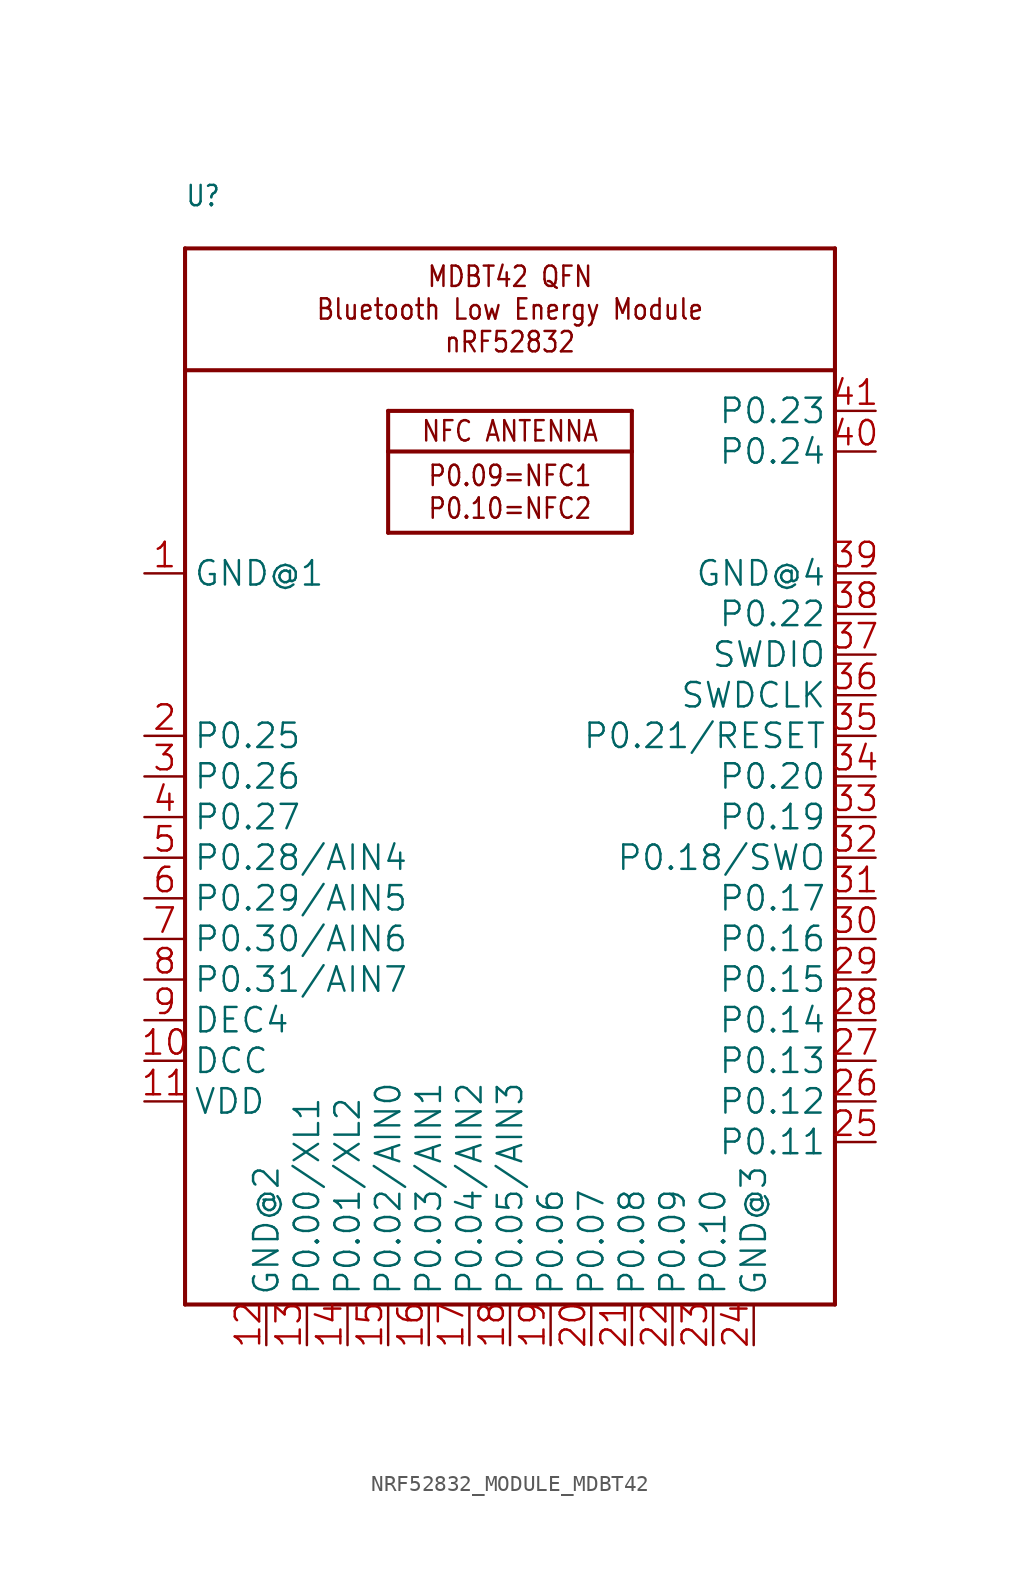
<source format=kicad_sym>
(kicad_symbol_lib
  (version 20241209)
  (generator "kicad_symbol_editor")
  (generator_version "9.0")
  (symbol "NRF52832_MODULE_MDBT42"
    (property "Reference" "U"
      (at -20.32 35.56 0)
      (effects (font (size 1.27 1.079)) (justify left bottom)))
    (property "Value" ""
      (at -17.78 22.86 0)
      (effects (font (size 1.27 1.079)) (justify left bottom)))
    (property "ki_locked" ""
      (at 0 0 0)
      (effects (font (size 1.27 1.27))))
    (symbol "NRF52832_MODULE_MDBT42_1_0"
      (polyline (pts (xy -20.32 33.02) (xy 20.32 33.02)) (stroke (width 0.254) (type solid)) (fill (type none)))
      (polyline (pts (xy -20.32 25.4) (xy -20.32 33.02)) (stroke (width 0.254) (type solid)) (fill (type none)))
      (polyline (pts (xy -20.32 25.4) (xy -20.32 -33.02)) (stroke (width 0.254) (type solid)) (fill (type none)))
      (polyline (pts (xy -20.32 -33.02) (xy 20.32 -33.02)) (stroke (width 0.254) (type solid)) (fill (type none)))
      (polyline (pts (xy -7.62 22.86) (xy 7.62 22.86)) (stroke (width 0.254) (type solid)) (fill (type none)))
      (polyline (pts (xy -7.62 20.32) (xy -7.62 22.86)) (stroke (width 0.254) (type solid)) (fill (type none)))
      (polyline (pts (xy -7.62 20.32) (xy 7.62 20.32)) (stroke (width 0.254) (type solid)) (fill (type none)))
      (polyline (pts (xy -7.62 15.24) (xy -7.62 20.32)) (stroke (width 0.254) (type solid)) (fill (type none)))
      (polyline (pts (xy 7.62 22.86) (xy 7.62 20.32)) (stroke (width 0.254) (type solid)) (fill (type none)))
      (polyline (pts (xy 7.62 20.32) (xy 7.62 15.24)) (stroke (width 0.254) (type solid)) (fill (type none)))
      (polyline (pts (xy 7.62 15.24) (xy -7.62 15.24)) (stroke (width 0.254) (type solid)) (fill (type none)))
      (polyline (pts (xy 20.32 33.02) (xy 20.32 25.4)) (stroke (width 0.254) (type solid)) (fill (type none)))
      (polyline (pts (xy 20.32 25.4) (xy -20.32 25.4)) (stroke (width 0.254) (type solid)) (fill (type none)))
      (polyline (pts (xy 20.32 -33.02) (xy 20.32 25.4)) (stroke (width 0.254) (type solid)) (fill (type none)))
      (text "MDBT42 QFN\nBluetooth Low Energy Module\nnRF52832" (at 0 29.21 0) (effects (font (size 1.27 1.079))))
      (text "NFC ANTENNA" (at 0 21.59 0) (effects (font (size 1.27 1.079))))
      (text "P0.09=NFC1\nP0.10=NFC2" (at 0 17.78 0) (effects (font (size 1.27 1.079))))
      (pin bidirectional line (at -22.86 12.7 0) (length 2.54) (name "GND@1" (effects (font (size 1.524 1.524)))) (number "1" (effects (font (size 1.524 1.524)))))
      (pin bidirectional line (at -22.86 2.54 0) (length 2.54) (name "P0.25" (effects (font (size 1.524 1.524)))) (number "2" (effects (font (size 1.524 1.524)))))
      (pin bidirectional line (at -22.86 0 0) (length 2.54) (name "P0.26" (effects (font (size 1.524 1.524)))) (number "3" (effects (font (size 1.524 1.524)))))
      (pin bidirectional line (at -22.86 -2.54 0) (length 2.54) (name "P0.27" (effects (font (size 1.524 1.524)))) (number "4" (effects (font (size 1.524 1.524)))))
      (pin bidirectional line (at -22.86 -5.08 0) (length 2.54) (name "P0.28/AIN4" (effects (font (size 1.524 1.524)))) (number "5" (effects (font (size 1.524 1.524)))))
      (pin bidirectional line (at -22.86 -7.62 0) (length 2.54) (name "P0.29/AIN5" (effects (font (size 1.524 1.524)))) (number "6" (effects (font (size 1.524 1.524)))))
      (pin bidirectional line (at -22.86 -10.16 0) (length 2.54) (name "P0.30/AIN6" (effects (font (size 1.524 1.524)))) (number "7" (effects (font (size 1.524 1.524)))))
      (pin bidirectional line (at -22.86 -12.7 0) (length 2.54) (name "P0.31/AIN7" (effects (font (size 1.524 1.524)))) (number "8" (effects (font (size 1.524 1.524)))))
      (pin bidirectional line (at -22.86 -15.24 0) (length 2.54) (name "DEC4" (effects (font (size 1.524 1.524)))) (number "9" (effects (font (size 1.524 1.524)))))
      (pin bidirectional line (at -22.86 -17.78 0) (length 2.54) (name "DCC" (effects (font (size 1.524 1.524)))) (number "10" (effects (font (size 1.524 1.524)))))
      (pin bidirectional line (at -22.86 -20.32 0) (length 2.54) (name "VDD" (effects (font (size 1.524 1.524)))) (number "11" (effects (font (size 1.524 1.524)))))
      (pin bidirectional line (at -15.24 -35.56 90) (length 2.54) (name "GND@2" (effects (font (size 1.524 1.524)))) (number "12" (effects (font (size 1.524 1.524)))))
      (pin bidirectional line (at -12.7 -35.56 90) (length 2.54) (name "P0.00/XL1" (effects (font (size 1.524 1.524)))) (number "13" (effects (font (size 1.524 1.524)))))
      (pin bidirectional line (at -10.16 -35.56 90) (length 2.54) (name "P0.01/XL2" (effects (font (size 1.524 1.524)))) (number "14" (effects (font (size 1.524 1.524)))))
      (pin bidirectional line (at -7.62 -35.56 90) (length 2.54) (name "P0.02/AIN0" (effects (font (size 1.524 1.524)))) (number "15" (effects (font (size 1.524 1.524)))))
      (pin bidirectional line (at -5.08 -35.56 90) (length 2.54) (name "P0.03/AIN1" (effects (font (size 1.524 1.524)))) (number "16" (effects (font (size 1.524 1.524)))))
      (pin bidirectional line (at -2.54 -35.56 90) (length 2.54) (name "P0.04/AIN2" (effects (font (size 1.524 1.524)))) (number "17" (effects (font (size 1.524 1.524)))))
      (pin bidirectional line (at 0 -35.56 90) (length 2.54) (name "P0.05/AIN3" (effects (font (size 1.524 1.524)))) (number "18" (effects (font (size 1.524 1.524)))))
      (pin bidirectional line (at 2.54 -35.56 90) (length 2.54) (name "P0.06" (effects (font (size 1.524 1.524)))) (number "19" (effects (font (size 1.524 1.524)))))
      (pin bidirectional line (at 5.08 -35.56 90) (length 2.54) (name "P0.07" (effects (font (size 1.524 1.524)))) (number "20" (effects (font (size 1.524 1.524)))))
      (pin bidirectional line (at 7.62 -35.56 90) (length 2.54) (name "P0.08" (effects (font (size 1.524 1.524)))) (number "21" (effects (font (size 1.524 1.524)))))
      (pin bidirectional line (at 10.16 -35.56 90) (length 2.54) (name "P0.09" (effects (font (size 1.524 1.524)))) (number "22" (effects (font (size 1.524 1.524)))))
      (pin bidirectional line (at 12.7 -35.56 90) (length 2.54) (name "P0.10" (effects (font (size 1.524 1.524)))) (number "23" (effects (font (size 1.524 1.524)))))
      (pin bidirectional line (at 15.24 -35.56 90) (length 2.54) (name "GND@3" (effects (font (size 1.524 1.524)))) (number "24" (effects (font (size 1.524 1.524)))))
      (pin bidirectional line (at 22.86 22.86 180) (length 2.54) (name "P0.23" (effects (font (size 1.524 1.524)))) (number "41" (effects (font (size 1.524 1.524)))))
      (pin bidirectional line (at 22.86 20.32 180) (length 2.54) (name "P0.24" (effects (font (size 1.524 1.524)))) (number "40" (effects (font (size 1.524 1.524)))))
      (pin bidirectional line (at 22.86 12.7 180) (length 2.54) (name "GND@4" (effects (font (size 1.524 1.524)))) (number "39" (effects (font (size 1.524 1.524)))))
      (pin bidirectional line (at 22.86 10.16 180) (length 2.54) (name "P0.22" (effects (font (size 1.524 1.524)))) (number "38" (effects (font (size 1.524 1.524)))))
      (pin bidirectional line (at 22.86 7.62 180) (length 2.54) (name "SWDIO" (effects (font (size 1.524 1.524)))) (number "37" (effects (font (size 1.524 1.524)))))
      (pin bidirectional line (at 22.86 5.08 180) (length 2.54) (name "SWDCLK" (effects (font (size 1.524 1.524)))) (number "36" (effects (font (size 1.524 1.524)))))
      (pin bidirectional line (at 22.86 2.54 180) (length 2.54) (name "P0.21/RESET" (effects (font (size 1.524 1.524)))) (number "35" (effects (font (size 1.524 1.524)))))
      (pin bidirectional line (at 22.86 0 180) (length 2.54) (name "P0.20" (effects (font (size 1.524 1.524)))) (number "34" (effects (font (size 1.524 1.524)))))
      (pin bidirectional line (at 22.86 -2.54 180) (length 2.54) (name "P0.19" (effects (font (size 1.524 1.524)))) (number "33" (effects (font (size 1.524 1.524)))))
      (pin bidirectional line (at 22.86 -5.08 180) (length 2.54) (name "P0.18/SWO" (effects (font (size 1.524 1.524)))) (number "32" (effects (font (size 1.524 1.524)))))
      (pin bidirectional line (at 22.86 -7.62 180) (length 2.54) (name "P0.17" (effects (font (size 1.524 1.524)))) (number "31" (effects (font (size 1.524 1.524)))))
      (pin bidirectional line (at 22.86 -10.16 180) (length 2.54) (name "P0.16" (effects (font (size 1.524 1.524)))) (number "30" (effects (font (size 1.524 1.524)))))
      (pin bidirectional line (at 22.86 -12.7 180) (length 2.54) (name "P0.15" (effects (font (size 1.524 1.524)))) (number "29" (effects (font (size 1.524 1.524)))))
      (pin bidirectional line (at 22.86 -15.24 180) (length 2.54) (name "P0.14" (effects (font (size 1.524 1.524)))) (number "28" (effects (font (size 1.524 1.524)))))
      (pin bidirectional line (at 22.86 -17.78 180) (length 2.54) (name "P0.13" (effects (font (size 1.524 1.524)))) (number "27" (effects (font (size 1.524 1.524)))))
      (pin bidirectional line (at 22.86 -20.32 180) (length 2.54) (name "P0.12" (effects (font (size 1.524 1.524)))) (number "26" (effects (font (size 1.524 1.524)))))
      (pin bidirectional line (at 22.86 -22.86 180) (length 2.54) (name "P0.11" (effects (font (size 1.524 1.524)))) (number "25" (effects (font (size 1.524 1.524))))))))
</source>
